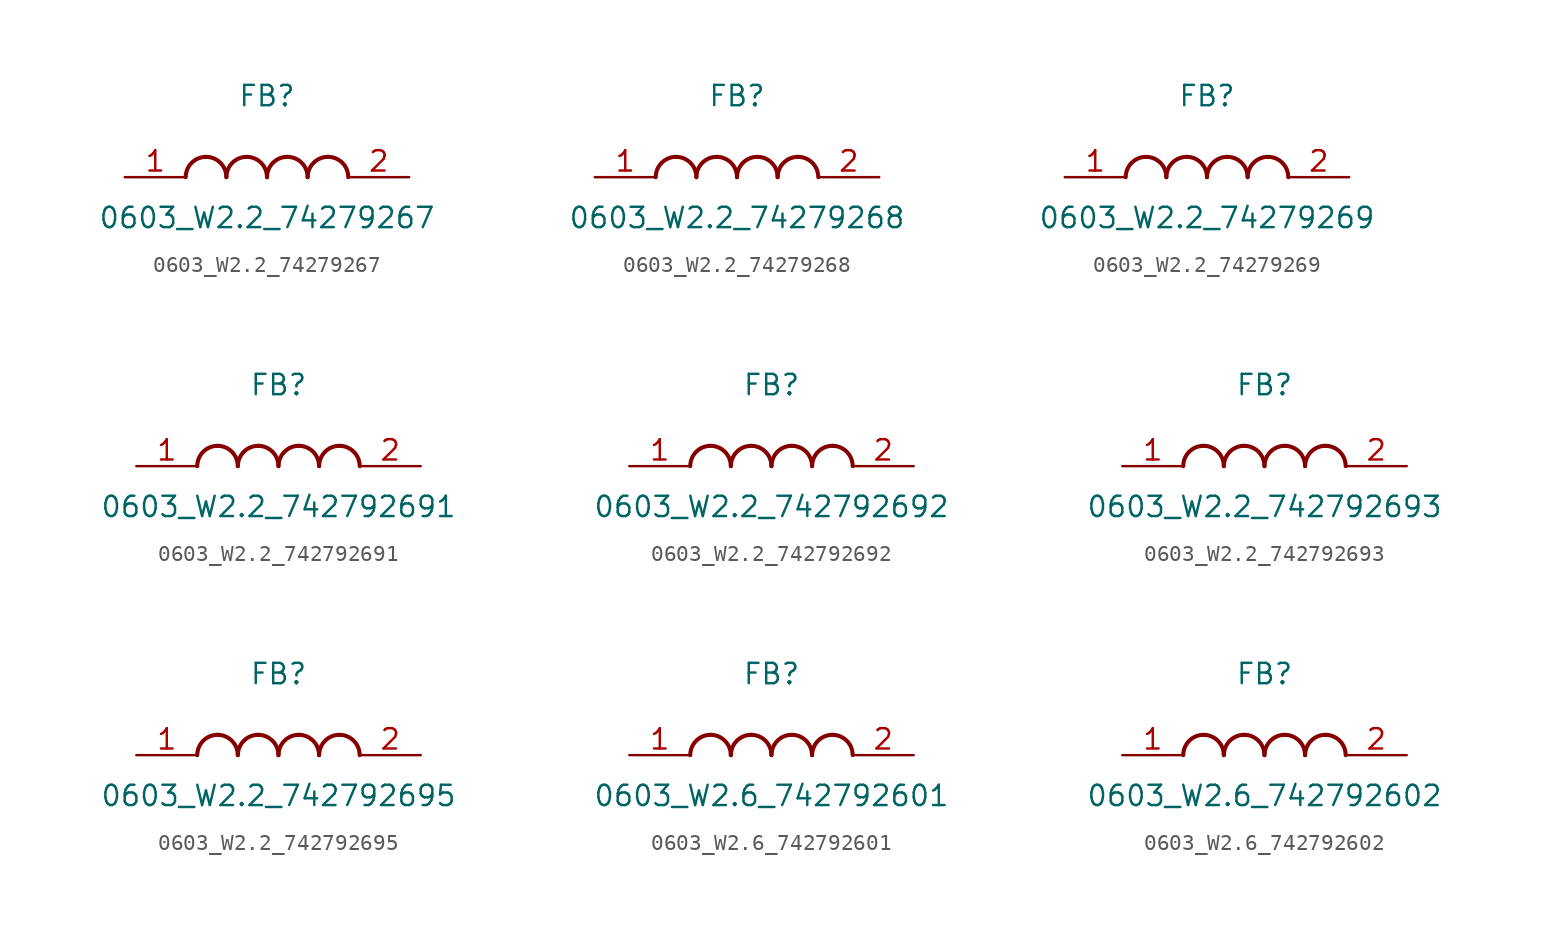
<source format=kicad_sym>
(kicad_symbol_lib
  (version 20211014)
  (generator kicad_symbol_editor)
  (symbol "Ferrite_Wurth_WE-CBF:0603_W2.2_74279267"
    (pin_names hide)
    (property "Reference" "FB"
      (at 0 5.08 0)
      (effects (font (size 1.27 1.27))))
    (property "Value" "0603_W2.2_74279267"
      (at 0 -2.54 0)
      (effects (font (size 1.27 1.27))))
    (symbol "0603_W2.2_74279267_0_1"
      (arc (start -3.81 1.27) (mid -4.708 0.898) (end -5.08 0) (stroke (width 0.254) (type default)) (fill (type none)))
      (arc (start -2.54 0) (mid -2.912 0.898) (end -3.81 1.27) (stroke (width 0.254) (type default)) (fill (type none)))
      (arc (start -1.2699 1.2701) (mid -2.1679 0.8981) (end -2.5399 0.0001) (stroke (width 0.254) (type default)) (fill (type none)))
      (arc (start 0.0001 0.0001) (mid -0.3719 0.8981) (end -1.2699 1.2701) (stroke (width 0.254) (type default)) (fill (type none)))
      (arc (start 1.2701 1.2701) (mid 0.3721 0.8981) (end 0.0001 0.0001) (stroke (width 0.254) (type default)) (fill (type none)))
      (arc (start 2.5401 0.0001) (mid 2.1681 0.8981) (end 1.2701 1.2701) (stroke (width 0.254) (type default)) (fill (type none)))
      (arc (start 3.8101 1.2701) (mid 2.9121 0.8981) (end 2.5401 0.0001) (stroke (width 0.254) (type default)) (fill (type none)))
      (arc (start 5.0801 0.0001) (mid 4.7081 0.8981) (end 3.8101 1.2701) (stroke (width 0.254) (type default)) (fill (type none))))
    (symbol "0603_W2.2_74279267_1_1"
      (pin passive line (at -8.89 0 0) (length 3.81) (name "1" (effects (font (size 1.27 1.27)))) (number "1" (effects (font (size 1.27 1.27)))))
      (pin passive line (at 8.89 0 180) (length 3.81) (name "2" (effects (font (size 1.27 1.27)))) (number "2" (effects (font (size 1.27 1.27)))))))
  (symbol "Ferrite_Wurth_WE-CBF:0603_W2.2_74279268"
    (pin_names hide)
    (property "Reference" "FB"
      (at 0 5.08 0)
      (effects (font (size 1.27 1.27))))
    (property "Value" "0603_W2.2_74279268"
      (at 0 -2.54 0)
      (effects (font (size 1.27 1.27))))
    (symbol "0603_W2.2_74279268_0_1"
      (arc (start -3.81 1.27) (mid -4.708 0.898) (end -5.08 0) (stroke (width 0.254) (type default)) (fill (type none)))
      (arc (start -2.54 0) (mid -2.912 0.898) (end -3.81 1.27) (stroke (width 0.254) (type default)) (fill (type none)))
      (arc (start -1.2699 1.2701) (mid -2.1679 0.8981) (end -2.5399 0.0001) (stroke (width 0.254) (type default)) (fill (type none)))
      (arc (start 0.0001 0.0001) (mid -0.3719 0.8981) (end -1.2699 1.2701) (stroke (width 0.254) (type default)) (fill (type none)))
      (arc (start 1.2701 1.2701) (mid 0.3721 0.8981) (end 0.0001 0.0001) (stroke (width 0.254) (type default)) (fill (type none)))
      (arc (start 2.5401 0.0001) (mid 2.1681 0.8981) (end 1.2701 1.2701) (stroke (width 0.254) (type default)) (fill (type none)))
      (arc (start 3.8101 1.2701) (mid 2.9121 0.8981) (end 2.5401 0.0001) (stroke (width 0.254) (type default)) (fill (type none)))
      (arc (start 5.0801 0.0001) (mid 4.7081 0.8981) (end 3.8101 1.2701) (stroke (width 0.254) (type default)) (fill (type none))))
    (symbol "0603_W2.2_74279268_1_1"
      (pin passive line (at -8.89 0 0) (length 3.81) (name "1" (effects (font (size 1.27 1.27)))) (number "1" (effects (font (size 1.27 1.27)))))
      (pin passive line (at 8.89 0 180) (length 3.81) (name "2" (effects (font (size 1.27 1.27)))) (number "2" (effects (font (size 1.27 1.27)))))))
  (symbol "Ferrite_Wurth_WE-CBF:0603_W2.2_74279269"
    (pin_names hide)
    (property "Reference" "FB"
      (at 0 5.08 0)
      (effects (font (size 1.27 1.27))))
    (property "Value" "0603_W2.2_74279269"
      (at 0 -2.54 0)
      (effects (font (size 1.27 1.27))))
    (symbol "0603_W2.2_74279269_0_1"
      (arc (start -3.81 1.27) (mid -4.708 0.898) (end -5.08 0) (stroke (width 0.254) (type default)) (fill (type none)))
      (arc (start -2.54 0) (mid -2.912 0.898) (end -3.81 1.27) (stroke (width 0.254) (type default)) (fill (type none)))
      (arc (start -1.2699 1.2701) (mid -2.1679 0.8981) (end -2.5399 0.0001) (stroke (width 0.254) (type default)) (fill (type none)))
      (arc (start 0.0001 0.0001) (mid -0.3719 0.8981) (end -1.2699 1.2701) (stroke (width 0.254) (type default)) (fill (type none)))
      (arc (start 1.2701 1.2701) (mid 0.3721 0.8981) (end 0.0001 0.0001) (stroke (width 0.254) (type default)) (fill (type none)))
      (arc (start 2.5401 0.0001) (mid 2.1681 0.8981) (end 1.2701 1.2701) (stroke (width 0.254) (type default)) (fill (type none)))
      (arc (start 3.8101 1.2701) (mid 2.9121 0.8981) (end 2.5401 0.0001) (stroke (width 0.254) (type default)) (fill (type none)))
      (arc (start 5.0801 0.0001) (mid 4.7081 0.8981) (end 3.8101 1.2701) (stroke (width 0.254) (type default)) (fill (type none))))
    (symbol "0603_W2.2_74279269_1_1"
      (pin passive line (at -8.89 0 0) (length 3.81) (name "1" (effects (font (size 1.27 1.27)))) (number "1" (effects (font (size 1.27 1.27)))))
      (pin passive line (at 8.89 0 180) (length 3.81) (name "2" (effects (font (size 1.27 1.27)))) (number "2" (effects (font (size 1.27 1.27)))))))
  (symbol "Ferrite_Wurth_WE-CBF:0603_W2.2_742792691"
    (pin_names hide)
    (property "Reference" "FB"
      (at 0 5.08 0)
      (effects (font (size 1.27 1.27))))
    (property "Value" "0603_W2.2_742792691"
      (at 0 -2.54 0)
      (effects (font (size 1.27 1.27))))
    (symbol "0603_W2.2_742792691_0_1"
      (arc (start -3.81 1.27) (mid -4.708 0.898) (end -5.08 0) (stroke (width 0.254) (type default)) (fill (type none)))
      (arc (start -2.54 0) (mid -2.912 0.898) (end -3.81 1.27) (stroke (width 0.254) (type default)) (fill (type none)))
      (arc (start -1.2699 1.2701) (mid -2.1679 0.8981) (end -2.5399 0.0001) (stroke (width 0.254) (type default)) (fill (type none)))
      (arc (start 0.0001 0.0001) (mid -0.3719 0.8981) (end -1.2699 1.2701) (stroke (width 0.254) (type default)) (fill (type none)))
      (arc (start 1.2701 1.2701) (mid 0.3721 0.8981) (end 0.0001 0.0001) (stroke (width 0.254) (type default)) (fill (type none)))
      (arc (start 2.5401 0.0001) (mid 2.1681 0.8981) (end 1.2701 1.2701) (stroke (width 0.254) (type default)) (fill (type none)))
      (arc (start 3.8101 1.2701) (mid 2.9121 0.8981) (end 2.5401 0.0001) (stroke (width 0.254) (type default)) (fill (type none)))
      (arc (start 5.0801 0.0001) (mid 4.7081 0.8981) (end 3.8101 1.2701) (stroke (width 0.254) (type default)) (fill (type none))))
    (symbol "0603_W2.2_742792691_1_1"
      (pin passive line (at -8.89 0 0) (length 3.81) (name "1" (effects (font (size 1.27 1.27)))) (number "1" (effects (font (size 1.27 1.27)))))
      (pin passive line (at 8.89 0 180) (length 3.81) (name "2" (effects (font (size 1.27 1.27)))) (number "2" (effects (font (size 1.27 1.27)))))))
  (symbol "Ferrite_Wurth_WE-CBF:0603_W2.2_742792692"
    (pin_names hide)
    (property "Reference" "FB"
      (at 0 5.08 0)
      (effects (font (size 1.27 1.27))))
    (property "Value" "0603_W2.2_742792692"
      (at 0 -2.54 0)
      (effects (font (size 1.27 1.27))))
    (symbol "0603_W2.2_742792692_0_1"
      (arc (start -3.81 1.27) (mid -4.708 0.898) (end -5.08 0) (stroke (width 0.254) (type default)) (fill (type none)))
      (arc (start -2.54 0) (mid -2.912 0.898) (end -3.81 1.27) (stroke (width 0.254) (type default)) (fill (type none)))
      (arc (start -1.2699 1.2701) (mid -2.1679 0.8981) (end -2.5399 0.0001) (stroke (width 0.254) (type default)) (fill (type none)))
      (arc (start 0.0001 0.0001) (mid -0.3719 0.8981) (end -1.2699 1.2701) (stroke (width 0.254) (type default)) (fill (type none)))
      (arc (start 1.2701 1.2701) (mid 0.3721 0.8981) (end 0.0001 0.0001) (stroke (width 0.254) (type default)) (fill (type none)))
      (arc (start 2.5401 0.0001) (mid 2.1681 0.8981) (end 1.2701 1.2701) (stroke (width 0.254) (type default)) (fill (type none)))
      (arc (start 3.8101 1.2701) (mid 2.9121 0.8981) (end 2.5401 0.0001) (stroke (width 0.254) (type default)) (fill (type none)))
      (arc (start 5.0801 0.0001) (mid 4.7081 0.8981) (end 3.8101 1.2701) (stroke (width 0.254) (type default)) (fill (type none))))
    (symbol "0603_W2.2_742792692_1_1"
      (pin passive line (at -8.89 0 0) (length 3.81) (name "1" (effects (font (size 1.27 1.27)))) (number "1" (effects (font (size 1.27 1.27)))))
      (pin passive line (at 8.89 0 180) (length 3.81) (name "2" (effects (font (size 1.27 1.27)))) (number "2" (effects (font (size 1.27 1.27)))))))
  (symbol "Ferrite_Wurth_WE-CBF:0603_W2.2_742792693"
    (pin_names hide)
    (property "Reference" "FB"
      (at 0 5.08 0)
      (effects (font (size 1.27 1.27))))
    (property "Value" "0603_W2.2_742792693"
      (at 0 -2.54 0)
      (effects (font (size 1.27 1.27))))
    (symbol "0603_W2.2_742792693_0_1"
      (arc (start -3.81 1.27) (mid -4.708 0.898) (end -5.08 0) (stroke (width 0.254) (type default)) (fill (type none)))
      (arc (start -2.54 0) (mid -2.912 0.898) (end -3.81 1.27) (stroke (width 0.254) (type default)) (fill (type none)))
      (arc (start -1.2699 1.2701) (mid -2.1679 0.8981) (end -2.5399 0.0001) (stroke (width 0.254) (type default)) (fill (type none)))
      (arc (start 0.0001 0.0001) (mid -0.3719 0.8981) (end -1.2699 1.2701) (stroke (width 0.254) (type default)) (fill (type none)))
      (arc (start 1.2701 1.2701) (mid 0.3721 0.8981) (end 0.0001 0.0001) (stroke (width 0.254) (type default)) (fill (type none)))
      (arc (start 2.5401 0.0001) (mid 2.1681 0.8981) (end 1.2701 1.2701) (stroke (width 0.254) (type default)) (fill (type none)))
      (arc (start 3.8101 1.2701) (mid 2.9121 0.8981) (end 2.5401 0.0001) (stroke (width 0.254) (type default)) (fill (type none)))
      (arc (start 5.0801 0.0001) (mid 4.7081 0.8981) (end 3.8101 1.2701) (stroke (width 0.254) (type default)) (fill (type none))))
    (symbol "0603_W2.2_742792693_1_1"
      (pin passive line (at -8.89 0 0) (length 3.81) (name "1" (effects (font (size 1.27 1.27)))) (number "1" (effects (font (size 1.27 1.27)))))
      (pin passive line (at 8.89 0 180) (length 3.81) (name "2" (effects (font (size 1.27 1.27)))) (number "2" (effects (font (size 1.27 1.27)))))))
  (symbol "Ferrite_Wurth_WE-CBF:0603_W2.2_742792695"
    (pin_names hide)
    (property "Reference" "FB"
      (at 0 5.08 0)
      (effects (font (size 1.27 1.27))))
    (property "Value" "0603_W2.2_742792695"
      (at 0 -2.54 0)
      (effects (font (size 1.27 1.27))))
    (symbol "0603_W2.2_742792695_0_1"
      (arc (start -3.81 1.27) (mid -4.708 0.898) (end -5.08 0) (stroke (width 0.254) (type default)) (fill (type none)))
      (arc (start -2.54 0) (mid -2.912 0.898) (end -3.81 1.27) (stroke (width 0.254) (type default)) (fill (type none)))
      (arc (start -1.2699 1.2701) (mid -2.1679 0.8981) (end -2.5399 0.0001) (stroke (width 0.254) (type default)) (fill (type none)))
      (arc (start 0.0001 0.0001) (mid -0.3719 0.8981) (end -1.2699 1.2701) (stroke (width 0.254) (type default)) (fill (type none)))
      (arc (start 1.2701 1.2701) (mid 0.3721 0.8981) (end 0.0001 0.0001) (stroke (width 0.254) (type default)) (fill (type none)))
      (arc (start 2.5401 0.0001) (mid 2.1681 0.8981) (end 1.2701 1.2701) (stroke (width 0.254) (type default)) (fill (type none)))
      (arc (start 3.8101 1.2701) (mid 2.9121 0.8981) (end 2.5401 0.0001) (stroke (width 0.254) (type default)) (fill (type none)))
      (arc (start 5.0801 0.0001) (mid 4.7081 0.8981) (end 3.8101 1.2701) (stroke (width 0.254) (type default)) (fill (type none))))
    (symbol "0603_W2.2_742792695_1_1"
      (pin passive line (at -8.89 0 0) (length 3.81) (name "1" (effects (font (size 1.27 1.27)))) (number "1" (effects (font (size 1.27 1.27)))))
      (pin passive line (at 8.89 0 180) (length 3.81) (name "2" (effects (font (size 1.27 1.27)))) (number "2" (effects (font (size 1.27 1.27)))))))
  (symbol "Ferrite_Wurth_WE-CBF:0603_W2.6_742792601"
    (pin_names hide)
    (property "Reference" "FB"
      (at 0 5.08 0)
      (effects (font (size 1.27 1.27))))
    (property "Value" "0603_W2.6_742792601"
      (at 0 -2.54 0)
      (effects (font (size 1.27 1.27))))
    (symbol "0603_W2.6_742792601_0_1"
      (arc (start -3.81 1.27) (mid -4.708 0.898) (end -5.08 0) (stroke (width 0.254) (type default)) (fill (type none)))
      (arc (start -2.54 0) (mid -2.912 0.898) (end -3.81 1.27) (stroke (width 0.254) (type default)) (fill (type none)))
      (arc (start -1.2699 1.2701) (mid -2.1679 0.8981) (end -2.5399 0.0001) (stroke (width 0.254) (type default)) (fill (type none)))
      (arc (start 0.0001 0.0001) (mid -0.3719 0.8981) (end -1.2699 1.2701) (stroke (width 0.254) (type default)) (fill (type none)))
      (arc (start 1.2701 1.2701) (mid 0.3721 0.8981) (end 0.0001 0.0001) (stroke (width 0.254) (type default)) (fill (type none)))
      (arc (start 2.5401 0.0001) (mid 2.1681 0.8981) (end 1.2701 1.2701) (stroke (width 0.254) (type default)) (fill (type none)))
      (arc (start 3.8101 1.2701) (mid 2.9121 0.8981) (end 2.5401 0.0001) (stroke (width 0.254) (type default)) (fill (type none)))
      (arc (start 5.0801 0.0001) (mid 4.7081 0.8981) (end 3.8101 1.2701) (stroke (width 0.254) (type default)) (fill (type none))))
    (symbol "0603_W2.6_742792601_1_1"
      (pin passive line (at -8.89 0 0) (length 3.81) (name "1" (effects (font (size 1.27 1.27)))) (number "1" (effects (font (size 1.27 1.27)))))
      (pin passive line (at 8.89 0 180) (length 3.81) (name "2" (effects (font (size 1.27 1.27)))) (number "2" (effects (font (size 1.27 1.27)))))))
  (symbol "Ferrite_Wurth_WE-CBF:0603_W2.6_742792602"
    (pin_names hide)
    (property "Reference" "FB"
      (at 0 5.08 0)
      (effects (font (size 1.27 1.27))))
    (property "Value" "0603_W2.6_742792602"
      (at 0 -2.54 0)
      (effects (font (size 1.27 1.27))))
    (symbol "0603_W2.6_742792602_0_1"
      (arc (start -3.81 1.27) (mid -4.708 0.898) (end -5.08 0) (stroke (width 0.254) (type default)) (fill (type none)))
      (arc (start -2.54 0) (mid -2.912 0.898) (end -3.81 1.27) (stroke (width 0.254) (type default)) (fill (type none)))
      (arc (start -1.2699 1.2701) (mid -2.1679 0.8981) (end -2.5399 0.0001) (stroke (width 0.254) (type default)) (fill (type none)))
      (arc (start 0.0001 0.0001) (mid -0.3719 0.8981) (end -1.2699 1.2701) (stroke (width 0.254) (type default)) (fill (type none)))
      (arc (start 1.2701 1.2701) (mid 0.3721 0.8981) (end 0.0001 0.0001) (stroke (width 0.254) (type default)) (fill (type none)))
      (arc (start 2.5401 0.0001) (mid 2.1681 0.8981) (end 1.2701 1.2701) (stroke (width 0.254) (type default)) (fill (type none)))
      (arc (start 3.8101 1.2701) (mid 2.9121 0.8981) (end 2.5401 0.0001) (stroke (width 0.254) (type default)) (fill (type none)))
      (arc (start 5.0801 0.0001) (mid 4.7081 0.8981) (end 3.8101 1.2701) (stroke (width 0.254) (type default)) (fill (type none))))
    (symbol "0603_W2.6_742792602_1_1"
      (pin passive line (at -8.89 0 0) (length 3.81) (name "1" (effects (font (size 1.27 1.27)))) (number "1" (effects (font (size 1.27 1.27)))))
      (pin passive line (at 8.89 0 180) (length 3.81) (name "2" (effects (font (size 1.27 1.27)))) (number "2" (effects (font (size 1.27 1.27))))))))
</source>
